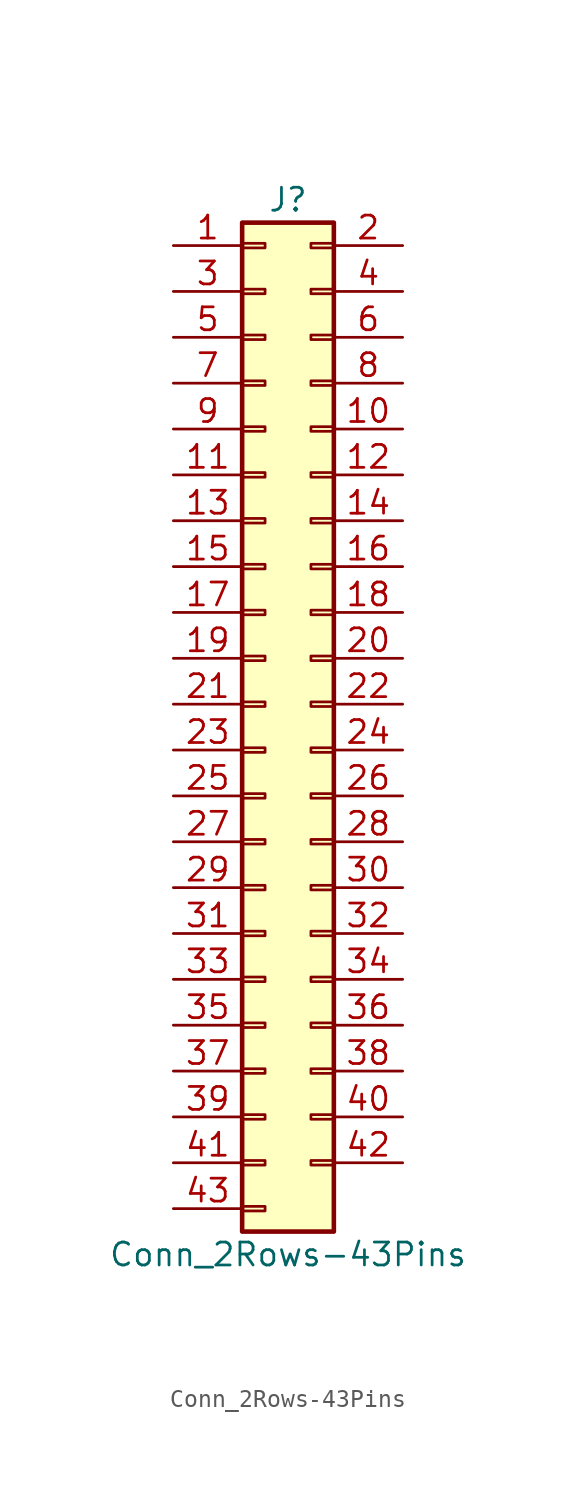
<source format=kicad_sym>
(kicad_symbol_lib
  (version 20220914)
  (generator kicad_symbol_editor)
  (symbol "Conn_2Rows-43Pins"
    (pin_names
      (offset 1.016) hide)
    (property "Reference" "J"
      (at 1.27 27.94 0)
      (effects (font (size 1.27 1.27))))
    (property "Value" "Conn_2Rows-43Pins"
      (at 1.27 -30.48 0)
      (effects (font (size 1.27 1.27))))
    (symbol "Conn_2Rows-43Pins_1_1"
      (rectangle (start -1.27 -27.813) (end 0 -28.067) (stroke (width 0.152) (type solid)) (fill (type none)))
      (rectangle (start -1.27 -25.273) (end 0 -25.527) (stroke (width 0.152) (type solid)) (fill (type none)))
      (rectangle (start -1.27 -22.733) (end 0 -22.987) (stroke (width 0.152) (type solid)) (fill (type none)))
      (rectangle (start -1.27 -20.193) (end 0 -20.447) (stroke (width 0.152) (type solid)) (fill (type none)))
      (rectangle (start -1.27 -17.653) (end 0 -17.907) (stroke (width 0.152) (type solid)) (fill (type none)))
      (rectangle (start -1.27 -15.113) (end 0 -15.367) (stroke (width 0.152) (type solid)) (fill (type none)))
      (rectangle (start -1.27 -12.573) (end 0 -12.827) (stroke (width 0.152) (type solid)) (fill (type none)))
      (rectangle (start -1.27 -10.033) (end 0 -10.287) (stroke (width 0.152) (type solid)) (fill (type none)))
      (rectangle (start -1.27 -7.493) (end 0 -7.747) (stroke (width 0.152) (type solid)) (fill (type none)))
      (rectangle (start -1.27 -4.953) (end 0 -5.207) (stroke (width 0.152) (type solid)) (fill (type none)))
      (rectangle (start -1.27 -2.413) (end 0 -2.667) (stroke (width 0.152) (type solid)) (fill (type none)))
      (rectangle (start -1.27 0.127) (end 0 -0.127) (stroke (width 0.152) (type solid)) (fill (type none)))
      (rectangle (start -1.27 2.667) (end 0 2.413) (stroke (width 0.152) (type solid)) (fill (type none)))
      (rectangle (start -1.27 5.207) (end 0 4.953) (stroke (width 0.152) (type solid)) (fill (type none)))
      (rectangle (start -1.27 7.747) (end 0 7.493) (stroke (width 0.152) (type solid)) (fill (type none)))
      (rectangle (start -1.27 10.287) (end 0 10.033) (stroke (width 0.152) (type solid)) (fill (type none)))
      (rectangle (start -1.27 12.827) (end 0 12.573) (stroke (width 0.152) (type solid)) (fill (type none)))
      (rectangle (start -1.27 15.367) (end 0 15.113) (stroke (width 0.152) (type solid)) (fill (type none)))
      (rectangle (start -1.27 17.907) (end 0 17.653) (stroke (width 0.152) (type solid)) (fill (type none)))
      (rectangle (start -1.27 20.447) (end 0 20.193) (stroke (width 0.152) (type solid)) (fill (type none)))
      (rectangle (start -1.27 22.987) (end 0 22.733) (stroke (width 0.152) (type solid)) (fill (type none)))
      (rectangle (start -1.27 25.527) (end 0 25.273) (stroke (width 0.152) (type solid)) (fill (type none)))
      (rectangle (start -1.27 26.67) (end 3.81 -29.21) (stroke (width 0.254) (type solid)) (fill (type background)))
      (rectangle (start 3.81 -25.273) (end 2.54 -25.527) (stroke (width 0.152) (type solid)) (fill (type none)))
      (rectangle (start 3.81 -22.733) (end 2.54 -22.987) (stroke (width 0.152) (type solid)) (fill (type none)))
      (rectangle (start 3.81 -20.193) (end 2.54 -20.447) (stroke (width 0.152) (type solid)) (fill (type none)))
      (rectangle (start 3.81 -17.653) (end 2.54 -17.907) (stroke (width 0.152) (type solid)) (fill (type none)))
      (rectangle (start 3.81 -15.113) (end 2.54 -15.367) (stroke (width 0.152) (type solid)) (fill (type none)))
      (rectangle (start 3.81 -12.573) (end 2.54 -12.827) (stroke (width 0.152) (type solid)) (fill (type none)))
      (rectangle (start 3.81 -10.033) (end 2.54 -10.287) (stroke (width 0.152) (type solid)) (fill (type none)))
      (rectangle (start 3.81 -7.493) (end 2.54 -7.747) (stroke (width 0.152) (type solid)) (fill (type none)))
      (rectangle (start 3.81 -4.953) (end 2.54 -5.207) (stroke (width 0.152) (type solid)) (fill (type none)))
      (rectangle (start 3.81 -2.413) (end 2.54 -2.667) (stroke (width 0.152) (type solid)) (fill (type none)))
      (rectangle (start 3.81 0.127) (end 2.54 -0.127) (stroke (width 0.152) (type solid)) (fill (type none)))
      (rectangle (start 3.81 2.667) (end 2.54 2.413) (stroke (width 0.152) (type solid)) (fill (type none)))
      (rectangle (start 3.81 5.207) (end 2.54 4.953) (stroke (width 0.152) (type solid)) (fill (type none)))
      (rectangle (start 3.81 7.747) (end 2.54 7.493) (stroke (width 0.152) (type solid)) (fill (type none)))
      (rectangle (start 3.81 10.287) (end 2.54 10.033) (stroke (width 0.152) (type solid)) (fill (type none)))
      (rectangle (start 3.81 12.827) (end 2.54 12.573) (stroke (width 0.152) (type solid)) (fill (type none)))
      (rectangle (start 3.81 15.367) (end 2.54 15.113) (stroke (width 0.152) (type solid)) (fill (type none)))
      (rectangle (start 3.81 17.907) (end 2.54 17.653) (stroke (width 0.152) (type solid)) (fill (type none)))
      (rectangle (start 3.81 20.447) (end 2.54 20.193) (stroke (width 0.152) (type solid)) (fill (type none)))
      (rectangle (start 3.81 22.987) (end 2.54 22.733) (stroke (width 0.152) (type solid)) (fill (type none)))
      (rectangle (start 3.81 25.527) (end 2.54 25.273) (stroke (width 0.152) (type solid)) (fill (type none)))
      (pin passive line (at -5.08 25.4 0) (length 3.81) (name "Pin_1" (effects (font (size 1.27 1.27)))) (number "1" (effects (font (size 1.27 1.27)))))
      (pin passive line (at 7.62 15.24 180) (length 3.81) (name "Pin_10" (effects (font (size 1.27 1.27)))) (number "10" (effects (font (size 1.27 1.27)))))
      (pin passive line (at -5.08 12.7 0) (length 3.81) (name "Pin_11" (effects (font (size 1.27 1.27)))) (number "11" (effects (font (size 1.27 1.27)))))
      (pin passive line (at 7.62 12.7 180) (length 3.81) (name "Pin_12" (effects (font (size 1.27 1.27)))) (number "12" (effects (font (size 1.27 1.27)))))
      (pin passive line (at -5.08 10.16 0) (length 3.81) (name "Pin_13" (effects (font (size 1.27 1.27)))) (number "13" (effects (font (size 1.27 1.27)))))
      (pin passive line (at 7.62 10.16 180) (length 3.81) (name "Pin_14" (effects (font (size 1.27 1.27)))) (number "14" (effects (font (size 1.27 1.27)))))
      (pin passive line (at -5.08 7.62 0) (length 3.81) (name "Pin_15" (effects (font (size 1.27 1.27)))) (number "15" (effects (font (size 1.27 1.27)))))
      (pin passive line (at 7.62 7.62 180) (length 3.81) (name "Pin_16" (effects (font (size 1.27 1.27)))) (number "16" (effects (font (size 1.27 1.27)))))
      (pin passive line (at -5.08 5.08 0) (length 3.81) (name "Pin_17" (effects (font (size 1.27 1.27)))) (number "17" (effects (font (size 1.27 1.27)))))
      (pin passive line (at 7.62 5.08 180) (length 3.81) (name "Pin_18" (effects (font (size 1.27 1.27)))) (number "18" (effects (font (size 1.27 1.27)))))
      (pin passive line (at -5.08 2.54 0) (length 3.81) (name "Pin_19" (effects (font (size 1.27 1.27)))) (number "19" (effects (font (size 1.27 1.27)))))
      (pin passive line (at 7.62 25.4 180) (length 3.81) (name "Pin_2" (effects (font (size 1.27 1.27)))) (number "2" (effects (font (size 1.27 1.27)))))
      (pin passive line (at 7.62 2.54 180) (length 3.81) (name "Pin_20" (effects (font (size 1.27 1.27)))) (number "20" (effects (font (size 1.27 1.27)))))
      (pin passive line (at -5.08 0 0) (length 3.81) (name "Pin_21" (effects (font (size 1.27 1.27)))) (number "21" (effects (font (size 1.27 1.27)))))
      (pin passive line (at 7.62 0 180) (length 3.81) (name "Pin_22" (effects (font (size 1.27 1.27)))) (number "22" (effects (font (size 1.27 1.27)))))
      (pin passive line (at -5.08 -2.54 0) (length 3.81) (name "Pin_23" (effects (font (size 1.27 1.27)))) (number "23" (effects (font (size 1.27 1.27)))))
      (pin passive line (at 7.62 -2.54 180) (length 3.81) (name "Pin_24" (effects (font (size 1.27 1.27)))) (number "24" (effects (font (size 1.27 1.27)))))
      (pin passive line (at -5.08 -5.08 0) (length 3.81) (name "Pin_25" (effects (font (size 1.27 1.27)))) (number "25" (effects (font (size 1.27 1.27)))))
      (pin passive line (at 7.62 -5.08 180) (length 3.81) (name "Pin_26" (effects (font (size 1.27 1.27)))) (number "26" (effects (font (size 1.27 1.27)))))
      (pin passive line (at -5.08 -7.62 0) (length 3.81) (name "Pin_27" (effects (font (size 1.27 1.27)))) (number "27" (effects (font (size 1.27 1.27)))))
      (pin passive line (at 7.62 -7.62 180) (length 3.81) (name "Pin_28" (effects (font (size 1.27 1.27)))) (number "28" (effects (font (size 1.27 1.27)))))
      (pin passive line (at -5.08 -10.16 0) (length 3.81) (name "Pin_29" (effects (font (size 1.27 1.27)))) (number "29" (effects (font (size 1.27 1.27)))))
      (pin passive line (at -5.08 22.86 0) (length 3.81) (name "Pin_3" (effects (font (size 1.27 1.27)))) (number "3" (effects (font (size 1.27 1.27)))))
      (pin passive line (at 7.62 -10.16 180) (length 3.81) (name "Pin_30" (effects (font (size 1.27 1.27)))) (number "30" (effects (font (size 1.27 1.27)))))
      (pin passive line (at -5.08 -12.7 0) (length 3.81) (name "Pin_31" (effects (font (size 1.27 1.27)))) (number "31" (effects (font (size 1.27 1.27)))))
      (pin passive line (at 7.62 -12.7 180) (length 3.81) (name "Pin_32" (effects (font (size 1.27 1.27)))) (number "32" (effects (font (size 1.27 1.27)))))
      (pin passive line (at -5.08 -15.24 0) (length 3.81) (name "Pin_33" (effects (font (size 1.27 1.27)))) (number "33" (effects (font (size 1.27 1.27)))))
      (pin passive line (at 7.62 -15.24 180) (length 3.81) (name "Pin_34" (effects (font (size 1.27 1.27)))) (number "34" (effects (font (size 1.27 1.27)))))
      (pin passive line (at -5.08 -17.78 0) (length 3.81) (name "Pin_35" (effects (font (size 1.27 1.27)))) (number "35" (effects (font (size 1.27 1.27)))))
      (pin passive line (at 7.62 -17.78 180) (length 3.81) (name "Pin_36" (effects (font (size 1.27 1.27)))) (number "36" (effects (font (size 1.27 1.27)))))
      (pin passive line (at -5.08 -20.32 0) (length 3.81) (name "Pin_37" (effects (font (size 1.27 1.27)))) (number "37" (effects (font (size 1.27 1.27)))))
      (pin passive line (at 7.62 -20.32 180) (length 3.81) (name "Pin_38" (effects (font (size 1.27 1.27)))) (number "38" (effects (font (size 1.27 1.27)))))
      (pin passive line (at -5.08 -22.86 0) (length 3.81) (name "Pin_39" (effects (font (size 1.27 1.27)))) (number "39" (effects (font (size 1.27 1.27)))))
      (pin passive line (at 7.62 22.86 180) (length 3.81) (name "Pin_4" (effects (font (size 1.27 1.27)))) (number "4" (effects (font (size 1.27 1.27)))))
      (pin passive line (at 7.62 -22.86 180) (length 3.81) (name "Pin_40" (effects (font (size 1.27 1.27)))) (number "40" (effects (font (size 1.27 1.27)))))
      (pin passive line (at -5.08 -25.4 0) (length 3.81) (name "Pin_41" (effects (font (size 1.27 1.27)))) (number "41" (effects (font (size 1.27 1.27)))))
      (pin passive line (at 7.62 -25.4 180) (length 3.81) (name "Pin_42" (effects (font (size 1.27 1.27)))) (number "42" (effects (font (size 1.27 1.27)))))
      (pin passive line (at -5.08 -27.94 0) (length 3.81) (name "Pin_43" (effects (font (size 1.27 1.27)))) (number "43" (effects (font (size 1.27 1.27)))))
      (pin passive line (at -5.08 20.32 0) (length 3.81) (name "Pin_5" (effects (font (size 1.27 1.27)))) (number "5" (effects (font (size 1.27 1.27)))))
      (pin passive line (at 7.62 20.32 180) (length 3.81) (name "Pin_6" (effects (font (size 1.27 1.27)))) (number "6" (effects (font (size 1.27 1.27)))))
      (pin passive line (at -5.08 17.78 0) (length 3.81) (name "Pin_7" (effects (font (size 1.27 1.27)))) (number "7" (effects (font (size 1.27 1.27)))))
      (pin passive line (at 7.62 17.78 180) (length 3.81) (name "Pin_8" (effects (font (size 1.27 1.27)))) (number "8" (effects (font (size 1.27 1.27)))))
      (pin passive line (at -5.08 15.24 0) (length 3.81) (name "Pin_9" (effects (font (size 1.27 1.27)))) (number "9" (effects (font (size 1.27 1.27))))))))
</source>
